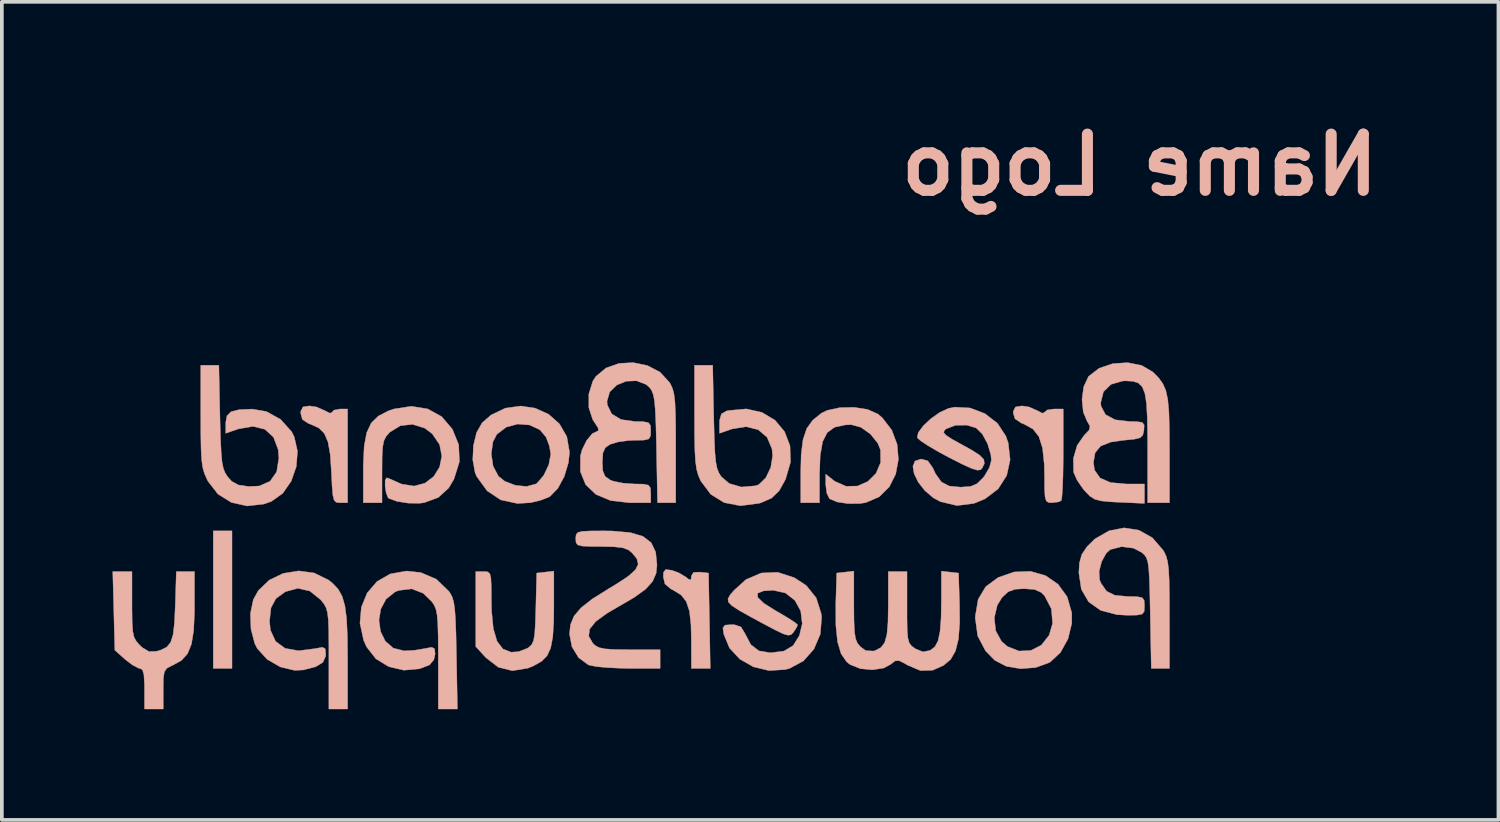
<source format=kicad_pcb>
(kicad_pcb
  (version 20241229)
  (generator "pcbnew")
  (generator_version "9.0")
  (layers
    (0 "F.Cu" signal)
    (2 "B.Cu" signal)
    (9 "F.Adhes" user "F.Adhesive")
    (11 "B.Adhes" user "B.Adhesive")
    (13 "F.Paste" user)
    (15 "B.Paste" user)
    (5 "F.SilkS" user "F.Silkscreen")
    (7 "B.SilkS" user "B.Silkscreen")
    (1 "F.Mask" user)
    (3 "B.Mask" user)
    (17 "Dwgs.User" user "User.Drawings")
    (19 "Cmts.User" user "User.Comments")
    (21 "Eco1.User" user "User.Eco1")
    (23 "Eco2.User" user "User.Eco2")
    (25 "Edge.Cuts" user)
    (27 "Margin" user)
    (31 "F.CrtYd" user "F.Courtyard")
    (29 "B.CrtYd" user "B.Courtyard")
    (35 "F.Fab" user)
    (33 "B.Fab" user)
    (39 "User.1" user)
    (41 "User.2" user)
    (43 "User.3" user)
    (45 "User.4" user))
  (footprint "Name Logo"
    (layer "F.Cu")
    (at 28.827 15.418)
    (property "Reference" "Name Logo" (at -1 -14 180) (layer "B.SilkS") (effects (font (size 1.524 1.524) (thickness 0.3)) (justify mirror)))
    (attr through_hole)
    (fp_poly (pts (xy -26.099 -0.359) (xy -25.591 -0.359) (xy -25.591 -4.085) (xy -26.099 -4.085) (xy -26.099 -0.359)) (stroke (width 0.01) (type solid)) (fill yes) (layer "B.SilkS"))
    (fp_poly (pts (xy -13.9 -2.963) (xy -13.906 -2.837) (xy -13.861 -2.647) (xy -13.703 -2.512) (xy -13.631 -2.476) (xy -13.423 -2.347) (xy -13.283 -2.169) (xy -13.197 -1.908) (xy -13.156 -1.536) (xy -13.147 -1.143) (xy -13.145 -0.359) (xy -12.633 -0.359) (xy -12.656 -1.651) (xy -12.68 -2.942) (xy -12.912 -2.968) (xy -13.088 -2.96) (xy -13.145 -2.866) (xy -13.145 -2.85) (xy -13.16 -2.752) (xy -13.233 -2.782) (xy -13.293 -2.833) (xy -13.491 -2.951) (xy -13.675 -3.017) (xy -13.841 -3.038) (xy -13.9 -2.963)) (stroke (width 0.01) (type solid)) (fill yes) (layer "B.SilkS"))
    (fp_poly (pts (xy -23.667 -7.444) (xy -23.726 -7.331) (xy -23.729 -7.266) (xy -23.684 -7.102) (xy -23.521 -6.995) (xy -23.453 -6.97) (xy -23.238 -6.872) (xy -23.088 -6.722) (xy -22.99 -6.491) (xy -22.93 -6.15) (xy -22.898 -5.672) (xy -22.88 -5.294) (xy -22.859 -5.053) (xy -22.826 -4.919) (xy -22.772 -4.861) (xy -22.689 -4.847) (xy -22.66 -4.847) (xy -22.459 -4.847) (xy -22.459 -7.387) (xy -22.67 -7.387) (xy -22.829 -7.356) (xy -22.882 -7.297) (xy -22.939 -7.272) (xy -23.07 -7.34) (xy -23.303 -7.442) (xy -23.494 -7.471) (xy -23.667 -7.444)) (stroke (width 0.01) (type solid)) (fill yes) (layer "B.SilkS"))
    (fp_poly (pts (xy -4.364 -7.443) (xy -4.422 -7.33) (xy -4.425 -7.277) (xy -4.377 -7.121) (xy -4.21 -7.008) (xy -4.121 -6.972) (xy -3.89 -6.843) (xy -3.729 -6.637) (xy -3.631 -6.327) (xy -3.585 -5.891) (xy -3.578 -5.569) (xy -3.576 -5.22) (xy -3.563 -5.006) (xy -3.53 -4.895) (xy -3.468 -4.853) (xy -3.38 -4.847) (xy -3.203 -4.869) (xy -3.126 -4.903) (xy -3.106 -5.004) (xy -3.089 -5.242) (xy -3.077 -5.586) (xy -3.071 -6.003) (xy -3.07 -6.173) (xy -3.07 -7.387) (xy -3.324 -7.387) (xy -3.502 -7.361) (xy -3.578 -7.298) (xy -3.578 -7.297) (xy -3.635 -7.272) (xy -3.766 -7.34) (xy -3.999 -7.442) (xy -4.19 -7.471) (xy -4.364 -7.443)) (stroke (width 0.01) (type solid)) (fill yes) (layer "B.SilkS"))
    (fp_poly (pts (xy -17.104 -2.968) (xy -17.336 -2.942) (xy -17.36 -1.989) (xy -17.373 -1.574) (xy -17.39 -1.294) (xy -17.42 -1.116) (xy -17.469 -1.007) (xy -17.543 -0.934) (xy -17.588 -0.904) (xy -17.827 -0.812) (xy -18.029 -0.798) (xy -18.251 -0.885) (xy -18.411 -1.095) (xy -18.512 -1.44) (xy -18.559 -1.931) (xy -18.564 -2.201) (xy -18.566 -2.568) (xy -18.576 -2.797) (xy -18.604 -2.922) (xy -18.659 -2.973) (xy -18.748 -2.984) (xy -18.776 -2.984) (xy -18.987 -2.984) (xy -18.987 -0.95) (xy -18.712 -0.649) (xy -18.377 -0.391) (xy -17.997 -0.296) (xy -17.578 -0.364) (xy -17.419 -0.429) (xy -17.207 -0.549) (xy -17.056 -0.699) (xy -16.958 -0.909) (xy -16.901 -1.207) (xy -16.875 -1.624) (xy -16.871 -2.02) (xy -16.871 -2.995) (xy -17.104 -2.968)) (stroke (width 0.01) (type solid)) (fill yes) (layer "B.SilkS"))
    (fp_poly (pts (xy -4.401 -2.972) (xy -4.836 -2.821) (xy -5.172 -2.572) (xy -5.375 -2.23) (xy -5.452 -1.78) (xy -5.454 -1.72) (xy -5.388 -1.238) (xy -5.176 -0.834) (xy -4.929 -0.581) (xy -4.617 -0.417) (xy -4.226 -0.35) (xy -3.817 -0.382) (xy -3.45 -0.516) (xy -3.424 -0.531) (xy -3.144 -0.792) (xy -2.941 -1.159) (xy -2.839 -1.578) (xy -2.839 -1.579) (xy -3.359 -1.579) (xy -3.451 -1.261) (xy -3.661 -0.991) (xy -3.948 -0.845) (xy -4.268 -0.829) (xy -4.579 -0.95) (xy -4.742 -1.09) (xy -4.9 -1.379) (xy -4.938 -1.727) (xy -4.858 -2.071) (xy -4.728 -2.281) (xy -4.563 -2.435) (xy -4.371 -2.504) (xy -4.128 -2.518) (xy -3.848 -2.497) (xy -3.667 -2.417) (xy -3.573 -2.322) (xy -3.391 -1.97) (xy -3.359 -1.579) (xy -2.839 -1.579) (xy -2.839 -1.863) (xy -2.963 -2.297) (xy -3.209 -2.638) (xy -3.549 -2.873) (xy -3.955 -2.989) (xy -4.401 -2.972)) (stroke (width 0.01) (type solid)) (fill yes) (layer "B.SilkS"))
    (fp_poly (pts (xy -27.129 -2.055) (xy -27.15 -1.596) (xy -27.187 -1.275) (xy -27.253 -1.065) (xy -27.361 -0.935) (xy -27.521 -0.856) (xy -27.64 -0.822) (xy -27.839 -0.815) (xy -28.022 -0.923) (xy -28.085 -0.982) (xy -28.181 -1.089) (xy -28.244 -1.203) (xy -28.28 -1.362) (xy -28.296 -1.604) (xy -28.301 -1.967) (xy -28.301 -2.091) (xy -28.301 -2.984) (xy -28.822 -2.984) (xy -28.794 -1.919) (xy -28.766 -0.853) (xy -28.49 -0.606) (xy -28.292 -0.454) (xy -28.127 -0.367) (xy -28.088 -0.359) (xy -28.017 -0.321) (xy -27.978 -0.187) (xy -27.963 0.075) (xy -27.962 0.191) (xy -27.962 0.741) (xy -27.454 0.741) (xy -27.454 0.201) (xy -27.45 -0.094) (xy -27.424 -0.266) (xy -27.357 -0.363) (xy -27.231 -0.431) (xy -27.19 -0.448) (xy -26.959 -0.576) (xy -26.796 -0.756) (xy -26.69 -1.016) (xy -26.63 -1.383) (xy -26.608 -1.883) (xy -26.608 -2.031) (xy -26.607 -2.984) (xy -27.1 -2.984) (xy -27.129 -2.055)) (stroke (width 0.01) (type solid)) (fill yes) (layer "B.SilkS"))
    (fp_poly (pts (xy -18.186 -7.41) (xy -18.572 -7.225) (xy -18.813 -7.015) (xy -18.964 -6.751) (xy -19.051 -6.393) (xy -19.068 -6.008) (xy -19.006 -5.664) (xy -18.962 -5.559) (xy -18.678 -5.168) (xy -18.31 -4.924) (xy -17.86 -4.827) (xy -17.506 -4.848) (xy -17.233 -4.912) (xy -17.002 -5.004) (xy -16.974 -5.021) (xy -16.764 -5.235) (xy -16.589 -5.559) (xy -16.476 -5.934) (xy -16.453 -6.159) (xy -16.955 -6.159) (xy -17.009 -5.876) (xy -17.145 -5.59) (xy -17.322 -5.381) (xy -17.357 -5.357) (xy -17.607 -5.289) (xy -17.912 -5.318) (xy -18.202 -5.43) (xy -18.373 -5.566) (xy -18.517 -5.839) (xy -18.567 -6.173) (xy -18.522 -6.498) (xy -18.416 -6.701) (xy -18.163 -6.895) (xy -17.852 -6.979) (xy -17.531 -6.954) (xy -17.253 -6.825) (xy -17.083 -6.627) (xy -16.991 -6.38) (xy -16.955 -6.159) (xy -16.453 -6.159) (xy -16.447 -6.216) (xy -16.52 -6.639) (xy -16.72 -6.985) (xy -17.015 -7.246) (xy -17.378 -7.41) (xy -17.778 -7.468) (xy -18.186 -7.41)) (stroke (width 0.01) (type solid)) (fill yes) (layer "B.SilkS"))
    (fp_poly (pts (xy -9.122 -7.424) (xy -9.466 -7.35) (xy -9.618 -7.276) (xy -9.857 -7.085) (xy -10.021 -6.856) (xy -10.121 -6.557) (xy -10.171 -6.152) (xy -10.182 -5.715) (xy -10.182 -4.847) (xy -9.674 -4.847) (xy -9.674 -5.613) (xy -9.655 -6.129) (xy -9.59 -6.501) (xy -9.465 -6.748) (xy -9.266 -6.893) (xy -8.981 -6.955) (xy -8.813 -6.962) (xy -8.552 -6.891) (xy -8.294 -6.708) (xy -8.095 -6.461) (xy -8.021 -6.278) (xy -8.018 -5.935) (xy -8.143 -5.643) (xy -8.363 -5.424) (xy -8.644 -5.3) (xy -8.954 -5.293) (xy -9.257 -5.427) (xy -9.282 -5.445) (xy -9.505 -5.621) (xy -9.505 -5.329) (xy -9.476 -5.107) (xy -9.406 -4.96) (xy -9.399 -4.953) (xy -9.197 -4.868) (xy -8.9 -4.823) (xy -8.58 -4.826) (xy -8.422 -4.85) (xy -8.056 -5.007) (xy -7.784 -5.276) (xy -7.609 -5.624) (xy -7.536 -6.018) (xy -7.57 -6.426) (xy -7.715 -6.815) (xy -7.975 -7.152) (xy -8.093 -7.251) (xy -8.368 -7.374) (xy -8.734 -7.432) (xy -9.122 -7.424)) (stroke (width 0.01) (type solid)) (fill yes) (layer "B.SilkS"))
    (fp_poly (pts (xy -26.438 -7.188) (xy -26.436 -6.666) (xy -26.429 -6.281) (xy -26.413 -6.003) (xy -26.384 -5.799) (xy -26.338 -5.639) (xy -26.273 -5.491) (xy -26.243 -5.431) (xy -25.972 -5.081) (xy -25.607 -4.854) (xy -25.181 -4.76) (xy -24.728 -4.811) (xy -24.524 -4.883) (xy -24.215 -5.103) (xy -23.986 -5.434) (xy -23.849 -5.829) (xy -23.817 -6.244) (xy -23.905 -6.633) (xy -23.977 -6.774) (xy -24.274 -7.105) (xy -24.655 -7.317) (xy -25.041 -7.385) (xy -25.398 -7.369) (xy -25.617 -7.314) (xy -25.728 -7.203) (xy -25.761 -7.021) (xy -25.761 -7.006) (xy -25.761 -6.729) (xy -25.419 -6.847) (xy -25.023 -6.916) (xy -24.7 -6.837) (xy -24.467 -6.623) (xy -24.34 -6.285) (xy -24.321 -6.059) (xy -24.381 -5.684) (xy -24.559 -5.43) (xy -24.852 -5.301) (xy -25.139 -5.287) (xy -25.417 -5.328) (xy -25.599 -5.427) (xy -25.71 -5.551) (xy -25.777 -5.656) (xy -25.826 -5.78) (xy -25.861 -5.953) (xy -25.884 -6.203) (xy -25.901 -6.559) (xy -25.915 -7.049) (xy -25.918 -7.181) (xy -25.947 -8.572) (xy -26.438 -8.572) (xy -26.438 -7.188)) (stroke (width 0.01) (type solid)) (fill yes) (layer "B.SilkS"))
    (fp_poly (pts (xy -21.304 -2.919) (xy -21.663 -2.713) (xy -21.929 -2.403) (xy -22.087 -2.017) (xy -22.125 -1.583) (xy -22.027 -1.126) (xy -21.945 -0.941) (xy -21.692 -0.618) (xy -21.341 -0.404) (xy -20.934 -0.31) (xy -20.512 -0.348) (xy -20.238 -0.454) (xy -20.122 -0.595) (xy -20.088 -0.75) (xy -20.103 -0.892) (xy -20.181 -0.932) (xy -20.363 -0.897) (xy -20.657 -0.849) (xy -20.927 -0.834) (xy -21.222 -0.909) (xy -21.437 -1.096) (xy -21.567 -1.36) (xy -21.609 -1.663) (xy -21.561 -1.967) (xy -21.418 -2.235) (xy -21.177 -2.429) (xy -21.075 -2.471) (xy -20.723 -2.515) (xy -20.412 -2.395) (xy -20.184 -2.175) (xy -20.115 -2.076) (xy -20.067 -1.963) (xy -20.035 -1.805) (xy -20.016 -1.575) (xy -20.006 -1.242) (xy -20.003 -0.779) (xy -20.003 -0.602) (xy -20.003 0.741) (xy -19.484 0.741) (xy -19.511 -0.734) (xy -19.522 -1.275) (xy -19.536 -1.674) (xy -19.556 -1.958) (xy -19.584 -2.155) (xy -19.625 -2.293) (xy -19.681 -2.399) (xy -19.716 -2.449) (xy -20.055 -2.776) (xy -20.476 -2.956) (xy -20.866 -2.997) (xy -21.304 -2.919)) (stroke (width 0.01) (type solid)) (fill yes) (layer "B.SilkS"))
    (fp_poly (pts (xy -21.209 -7.387) (xy -21.355 -7.336) (xy -21.626 -7.196) (xy -21.818 -7.01) (xy -21.941 -6.749) (xy -22.01 -6.385) (xy -22.034 -5.89) (xy -22.035 -5.747) (xy -22.035 -4.847) (xy -21.527 -4.847) (xy -21.527 -5.697) (xy -21.524 -6.09) (xy -21.51 -6.353) (xy -21.477 -6.524) (xy -21.417 -6.644) (xy -21.323 -6.752) (xy -21.32 -6.756) (xy -21.032 -6.934) (xy -20.701 -6.971) (xy -20.371 -6.869) (xy -20.166 -6.716) (xy -19.967 -6.422) (xy -19.907 -6.111) (xy -19.967 -5.814) (xy -20.126 -5.559) (xy -20.363 -5.378) (xy -20.659 -5.299) (xy -20.994 -5.352) (xy -21.073 -5.386) (xy -21.271 -5.475) (xy -21.392 -5.522) (xy -21.403 -5.524) (xy -21.442 -5.454) (xy -21.443 -5.293) (xy -21.414 -5.112) (xy -21.362 -4.983) (xy -21.343 -4.965) (xy -21.124 -4.885) (xy -20.82 -4.837) (xy -20.516 -4.832) (xy -20.384 -4.849) (xy -20.001 -4.99) (xy -19.721 -5.246) (xy -19.578 -5.487) (xy -19.429 -5.961) (xy -19.45 -6.422) (xy -19.62 -6.84) (xy -19.91 -7.18) (xy -20.289 -7.389) (xy -20.732 -7.461) (xy -21.209 -7.387)) (stroke (width 0.01) (type solid)) (fill yes) (layer "B.SilkS"))
    (fp_poly (pts (xy -13.061 -7.172) (xy -13.059 -6.639) (xy -13.05 -6.245) (xy -13.033 -5.96) (xy -13.003 -5.752) (xy -12.958 -5.591) (xy -12.895 -5.446) (xy -12.888 -5.433) (xy -12.619 -5.074) (xy -12.257 -4.85) (xy -11.819 -4.766) (xy -11.322 -4.829) (xy -11.256 -4.848) (xy -10.972 -4.973) (xy -10.765 -5.173) (xy -10.594 -5.482) (xy -10.458 -5.95) (xy -10.473 -6.388) (xy -10.619 -6.772) (xy -10.878 -7.082) (xy -11.232 -7.295) (xy -11.66 -7.39) (xy -12.146 -7.345) (xy -12.193 -7.333) (xy -12.332 -7.254) (xy -12.381 -7.082) (xy -12.383 -7.006) (xy -12.383 -6.729) (xy -12.043 -6.847) (xy -11.661 -6.908) (xy -11.336 -6.826) (xy -11.094 -6.62) (xy -10.961 -6.306) (xy -10.944 -6.118) (xy -10.995 -5.801) (xy -11.129 -5.524) (xy -11.315 -5.342) (xy -11.399 -5.307) (xy -11.79 -5.273) (xy -12.121 -5.369) (xy -12.333 -5.551) (xy -12.4 -5.655) (xy -12.449 -5.779) (xy -12.483 -5.952) (xy -12.507 -6.201) (xy -12.523 -6.557) (xy -12.536 -7.046) (xy -12.539 -7.181) (xy -12.567 -8.572) (xy -13.061 -8.572) (xy -13.061 -7.172)) (stroke (width 0.01) (type solid)) (fill yes) (layer "B.SilkS"))
    (fp_poly (pts (xy -24.206 -2.933) (xy -24.583 -2.751) (xy -24.88 -2.466) (xy -25.014 -2.222) (xy -25.093 -1.846) (xy -25.077 -1.422) (xy -24.975 -1.033) (xy -24.905 -0.896) (xy -24.639 -0.604) (xy -24.283 -0.398) (xy -23.895 -0.305) (xy -23.658 -0.317) (xy -23.323 -0.404) (xy -23.13 -0.522) (xy -23.055 -0.689) (xy -23.051 -0.75) (xy -23.066 -0.892) (xy -23.144 -0.932) (xy -23.326 -0.897) (xy -23.789 -0.837) (xy -24.153 -0.903) (xy -24.41 -1.091) (xy -24.55 -1.395) (xy -24.575 -1.64) (xy -24.535 -2) (xy -24.4 -2.252) (xy -24.145 -2.437) (xy -24.143 -2.438) (xy -23.806 -2.529) (xy -23.482 -2.454) (xy -23.19 -2.22) (xy -23.181 -2.209) (xy -23.1 -2.108) (xy -23.043 -2.005) (xy -23.005 -1.872) (xy -22.982 -1.679) (xy -22.971 -1.398) (xy -22.967 -0.998) (xy -22.967 -0.607) (xy -22.967 0.741) (xy -22.459 0.741) (xy -22.459 -0.634) (xy -22.465 -1.241) (xy -22.487 -1.705) (xy -22.532 -2.052) (xy -22.606 -2.311) (xy -22.715 -2.507) (xy -22.867 -2.667) (xy -22.977 -2.754) (xy -23.364 -2.944) (xy -23.787 -3.001) (xy -24.206 -2.933)) (stroke (width 0.01) (type solid)) (fill yes) (layer "B.SilkS"))
    (fp_poly (pts (xy -1.829 -4.088) (xy -2.213 -3.867) (xy -2.425 -3.658) (xy -2.568 -3.446) (xy -2.633 -3.211) (xy -2.647 -2.947) (xy -2.58 -2.501) (xy -2.382 -2.161) (xy -2.058 -1.931) (xy -1.611 -1.814) (xy -1.339 -1.799) (xy -1.071 -1.803) (xy -0.931 -1.83) (xy -0.877 -1.903) (xy -0.869 -2.045) (xy -0.869 -2.053) (xy -0.877 -2.199) (xy -0.93 -2.275) (xy -1.07 -2.303) (xy -1.321 -2.307) (xy -1.669 -2.339) (xy -1.897 -2.451) (xy -2.047 -2.667) (xy -2.086 -2.764) (xy -2.099 -2.988) (xy -2.03 -3.253) (xy -1.905 -3.48) (xy -1.799 -3.577) (xy -1.493 -3.657) (xy -1.166 -3.616) (xy -0.942 -3.5) (xy -0.87 -3.435) (xy -0.817 -3.358) (xy -0.779 -3.242) (xy -0.754 -3.062) (xy -0.737 -2.791) (xy -0.725 -2.404) (xy -0.714 -1.875) (xy -0.714 -1.849) (xy -0.685 -0.359) (xy -0.191 -0.359) (xy -0.192 -1.82) (xy -0.194 -2.361) (xy -0.201 -2.761) (xy -0.216 -3.049) (xy -0.242 -3.252) (xy -0.282 -3.399) (xy -0.338 -3.519) (xy -0.36 -3.556) (xy -0.656 -3.899) (xy -1.019 -4.103) (xy -1.421 -4.167) (xy -1.829 -4.088)) (stroke (width 0.01) (type solid)) (fill yes) (layer "B.SilkS"))
    (fp_poly (pts (xy -15.874 -4.083) (xy -16.099 -4.072) (xy -16.22 -4.043) (xy -16.268 -3.986) (xy -16.278 -3.893) (xy -16.278 -3.873) (xy -16.271 -3.768) (xy -16.226 -3.705) (xy -16.109 -3.674) (xy -15.886 -3.663) (xy -15.601 -3.661) (xy -15.241 -3.654) (xy -15.007 -3.627) (xy -14.855 -3.571) (xy -14.754 -3.492) (xy -14.622 -3.33) (xy -14.586 -3.183) (xy -14.659 -3.032) (xy -14.853 -2.858) (xy -15.183 -2.64) (xy -15.39 -2.516) (xy -15.83 -2.24) (xy -16.134 -2.002) (xy -16.324 -1.778) (xy -16.422 -1.542) (xy -16.447 -1.287) (xy -16.38 -0.942) (xy -16.2 -0.648) (xy -15.942 -0.459) (xy -15.91 -0.446) (xy -15.717 -0.408) (xy -15.407 -0.379) (xy -15.031 -0.362) (xy -14.826 -0.359) (xy -13.992 -0.359) (xy -13.992 -0.867) (xy -14.826 -0.867) (xy -15.219 -0.871) (xy -15.481 -0.888) (xy -15.648 -0.923) (xy -15.757 -0.984) (xy -15.815 -1.039) (xy -15.926 -1.231) (xy -15.903 -1.423) (xy -15.738 -1.629) (xy -15.422 -1.859) (xy -15.135 -2.025) (xy -14.693 -2.283) (xy -14.387 -2.504) (xy -14.197 -2.714) (xy -14.101 -2.934) (xy -14.077 -3.164) (xy -14.113 -3.511) (xy -14.234 -3.765) (xy -14.457 -3.937) (xy -14.801 -4.039) (xy -15.284 -4.081) (xy -15.512 -4.085) (xy -15.874 -4.083)) (stroke (width 0.01) (type solid)) (fill yes) (layer "B.SilkS"))
    (fp_poly (pts (xy -11.252 -2.944) (xy -11.665 -2.767) (xy -11.993 -2.471) (xy -12.099 -2.344) (xy -12.154 -2.245) (xy -12.143 -2.156) (xy -12.047 -2.058) (xy -11.851 -1.93) (xy -11.536 -1.754) (xy -11.203 -1.574) (xy -10.871 -1.398) (xy -10.655 -1.295) (xy -10.522 -1.257) (xy -10.441 -1.274) (xy -10.379 -1.339) (xy -10.378 -1.34) (xy -10.289 -1.48) (xy -10.267 -1.54) (xy -10.335 -1.6) (xy -10.517 -1.719) (xy -10.777 -1.874) (xy -10.858 -1.919) (xy -11.184 -2.125) (xy -11.349 -2.284) (xy -11.351 -2.395) (xy -11.19 -2.459) (xy -10.93 -2.476) (xy -10.597 -2.402) (xy -10.342 -2.203) (xy -10.183 -1.914) (xy -10.142 -1.57) (xy -10.218 -1.25) (xy -10.387 -0.979) (xy -10.633 -0.83) (xy -10.992 -0.783) (xy -11.01 -0.783) (xy -11.316 -0.834) (xy -11.535 -1.003) (xy -11.698 -1.312) (xy -11.802 -1.483) (xy -11.977 -1.542) (xy -12.053 -1.545) (xy -12.235 -1.531) (xy -12.291 -1.456) (xy -12.268 -1.287) (xy -12.113 -0.912) (xy -11.833 -0.61) (xy -11.463 -0.4) (xy -11.04 -0.299) (xy -10.599 -0.328) (xy -10.487 -0.358) (xy -10.109 -0.561) (xy -9.825 -0.882) (xy -9.653 -1.286) (xy -9.616 -1.739) (xy -9.627 -1.841) (xy -9.763 -2.27) (xy -10.033 -2.605) (xy -10.356 -2.817) (xy -10.808 -2.963) (xy -11.252 -2.944)) (stroke (width 0.01) (type solid)) (fill yes) (layer "B.SilkS"))
    (fp_poly (pts (xy -8.976 -2.968) (xy -9.208 -2.942) (xy -9.233 -2.115) (xy -9.231 -1.524) (xy -9.185 -1.077) (xy -9.089 -0.754) (xy -8.938 -0.536) (xy -8.849 -0.465) (xy -8.569 -0.352) (xy -8.241 -0.32) (xy -7.935 -0.368) (xy -7.745 -0.47) (xy -7.626 -0.562) (xy -7.521 -0.57) (xy -7.361 -0.491) (xy -7.292 -0.449) (xy -6.94 -0.299) (xy -6.609 -0.308) (xy -6.313 -0.44) (xy -6.121 -0.602) (xy -5.989 -0.832) (xy -5.909 -1.155) (xy -5.876 -1.597) (xy -5.88 -2.095) (xy -5.906 -2.942) (xy -6.139 -2.968) (xy -6.372 -2.995) (xy -6.372 -2.238) (xy -6.38 -1.725) (xy -6.409 -1.355) (xy -6.463 -1.103) (xy -6.549 -0.943) (xy -6.671 -0.851) (xy -6.677 -0.848) (xy -6.869 -0.806) (xy -7.067 -0.886) (xy -7.088 -0.9) (xy -7.181 -0.967) (xy -7.242 -1.048) (xy -7.278 -1.175) (xy -7.297 -1.381) (xy -7.303 -1.701) (xy -7.303 -2.012) (xy -7.303 -2.984) (xy -7.811 -2.984) (xy -7.811 -2.069) (xy -7.819 -1.603) (xy -7.848 -1.276) (xy -7.907 -1.061) (xy -8.006 -0.927) (xy -8.154 -0.847) (xy -8.209 -0.829) (xy -8.421 -0.84) (xy -8.569 -0.948) (xy -8.646 -1.042) (xy -8.697 -1.165) (xy -8.726 -1.351) (xy -8.739 -1.636) (xy -8.743 -2.055) (xy -8.743 -2.995) (xy -8.976 -2.968)) (stroke (width 0.01) (type solid)) (fill yes) (layer "B.SilkS"))
    (fp_poly (pts (xy -6.184 -7.402) (xy -6.417 -7.294) (xy -6.656 -7.125) (xy -6.863 -6.931) (xy -6.999 -6.747) (xy -7.026 -6.61) (xy -7.026 -6.609) (xy -6.935 -6.526) (xy -6.727 -6.389) (xy -6.433 -6.218) (xy -6.166 -6.074) (xy -5.799 -5.888) (xy -5.552 -5.776) (xy -5.397 -5.729) (xy -5.309 -5.74) (xy -5.271 -5.778) (xy -5.207 -5.908) (xy -5.222 -6.019) (xy -5.334 -6.136) (xy -5.565 -6.283) (xy -5.792 -6.408) (xy -6.087 -6.572) (xy -6.253 -6.68) (xy -6.311 -6.754) (xy -6.284 -6.815) (xy -6.242 -6.849) (xy -5.991 -6.946) (xy -5.684 -6.95) (xy -5.428 -6.872) (xy -5.264 -6.711) (xy -5.121 -6.448) (xy -5.032 -6.152) (xy -5.017 -5.999) (xy -5.071 -5.8) (xy -5.203 -5.573) (xy -5.237 -5.53) (xy -5.403 -5.365) (xy -5.58 -5.289) (xy -5.846 -5.27) (xy -5.858 -5.27) (xy -6.164 -5.3) (xy -6.373 -5.411) (xy -6.534 -5.639) (xy -6.608 -5.799) (xy -6.742 -5.984) (xy -6.921 -6.032) (xy -7.086 -5.977) (xy -7.144 -5.834) (xy -7.11 -5.632) (xy -6.997 -5.402) (xy -6.819 -5.175) (xy -6.589 -4.98) (xy -6.4 -4.877) (xy -5.95 -4.77) (xy -5.493 -4.828) (xy -5.19 -4.952) (xy -4.833 -5.223) (xy -4.602 -5.585) (xy -4.509 -6.011) (xy -4.561 -6.468) (xy -4.626 -6.656) (xy -4.855 -7.002) (xy -5.193 -7.262) (xy -5.593 -7.415) (xy -6.01 -7.438) (xy -6.184 -7.402)) (stroke (width 0.01) (type solid)) (fill yes) (layer "B.SilkS"))
    (fp_poly (pts (xy -1.728 -8.616) (xy -2.096 -8.492) (xy -2.377 -8.276) (xy -2.391 -8.258) (xy -2.516 -7.989) (xy -2.562 -7.645) (xy -2.528 -7.304) (xy -2.427 -7.063) (xy -2.347 -6.923) (xy -2.367 -6.817) (xy -2.503 -6.675) (xy -2.506 -6.672) (xy -2.694 -6.399) (xy -2.796 -6.046) (xy -2.79 -5.69) (xy -2.781 -5.651) (xy -2.691 -5.452) (xy -2.532 -5.222) (xy -2.483 -5.164) (xy -2.35 -5.028) (xy -2.221 -4.944) (xy -2.046 -4.897) (xy -1.779 -4.871) (xy -1.554 -4.86) (xy -0.869 -4.829) (xy -0.869 -5.355) (xy -1.367 -5.355) (xy -1.791 -5.395) (xy -2.073 -5.518) (xy -2.222 -5.732) (xy -2.252 -5.938) (xy -2.206 -6.203) (xy -2.057 -6.382) (xy -1.782 -6.491) (xy -1.437 -6.54) (xy -1.148 -6.568) (xy -0.988 -6.608) (xy -0.914 -6.679) (xy -0.886 -6.802) (xy -0.884 -6.815) (xy -0.878 -6.955) (xy -0.93 -7.023) (xy -1.082 -7.046) (xy -1.268 -7.048) (xy -1.665 -7.095) (xy -1.925 -7.235) (xy -2.046 -7.464) (xy -2.054 -7.561) (xy -1.981 -7.853) (xy -1.777 -8.054) (xy -1.463 -8.145) (xy -1.381 -8.149) (xy -1.185 -8.138) (xy -1.037 -8.092) (xy -0.931 -7.991) (xy -0.859 -7.812) (xy -0.815 -7.537) (xy -0.793 -7.143) (xy -0.785 -6.611) (xy -0.784 -6.309) (xy -0.784 -4.847) (xy -0.191 -4.847) (xy -0.191 -6.29) (xy -0.195 -6.873) (xy -0.208 -7.316) (xy -0.238 -7.645) (xy -0.291 -7.889) (xy -0.373 -8.076) (xy -0.489 -8.235) (xy -0.644 -8.391) (xy -0.948 -8.569) (xy -1.327 -8.643) (xy -1.728 -8.616)) (stroke (width 0.01) (type solid)) (fill yes) (layer "B.SilkS"))
    (fp_poly (pts (xy -15.108 -8.622) (xy -15.458 -8.498) (xy -15.731 -8.272) (xy -15.816 -8.141) (xy -15.924 -7.792) (xy -15.923 -7.421) (xy -15.817 -7.096) (xy -15.764 -7.017) (xy -15.67 -6.869) (xy -15.666 -6.796) (xy -15.676 -6.794) (xy -15.829 -6.72) (xy -15.984 -6.533) (xy -16.107 -6.283) (xy -16.151 -6.118) (xy -16.153 -5.69) (xy -16.01 -5.338) (xy -15.733 -5.073) (xy -15.334 -4.906) (xy -14.823 -4.847) (xy -14.818 -4.847) (xy -14.246 -4.847) (xy -14.246 -5.101) (xy -14.255 -5.248) (xy -14.309 -5.324) (xy -14.451 -5.352) (xy -14.691 -5.356) (xy -14.991 -5.377) (xy -15.254 -5.429) (xy -15.347 -5.464) (xy -15.483 -5.562) (xy -15.545 -5.711) (xy -15.558 -5.947) (xy -15.542 -6.198) (xy -15.476 -6.341) (xy -15.347 -6.43) (xy -15.138 -6.493) (xy -14.846 -6.533) (xy -14.691 -6.539) (xy -14.432 -6.544) (xy -14.3 -6.576) (xy -14.252 -6.657) (xy -14.246 -6.794) (xy -14.255 -6.944) (xy -14.312 -7.019) (xy -14.46 -7.045) (xy -14.669 -7.048) (xy -15.047 -7.1) (xy -15.302 -7.252) (xy -15.423 -7.496) (xy -15.431 -7.598) (xy -15.358 -7.849) (xy -15.169 -8.034) (xy -14.912 -8.14) (xy -14.631 -8.151) (xy -14.374 -8.053) (xy -14.28 -7.971) (xy -14.221 -7.889) (xy -14.177 -7.776) (xy -14.145 -7.607) (xy -14.123 -7.355) (xy -14.107 -6.994) (xy -14.094 -6.497) (xy -14.091 -6.32) (xy -14.063 -4.847) (xy -13.569 -4.847) (xy -13.569 -6.34) (xy -13.57 -6.886) (xy -13.577 -7.291) (xy -13.591 -7.582) (xy -13.616 -7.788) (xy -13.654 -7.937) (xy -13.708 -8.056) (xy -13.739 -8.108) (xy -13.997 -8.387) (xy -14.337 -8.565) (xy -14.721 -8.644) (xy -15.108 -8.622)) (stroke (width 0.01) (type solid)) (fill yes) (layer "B.SilkS")))
  (gr_rect
    (start -3 -3)
    (end 37.548 19.164)
    (stroke (width 0.1) (type default))
    (fill no)
    (layer "Edge.Cuts")))
</source>
